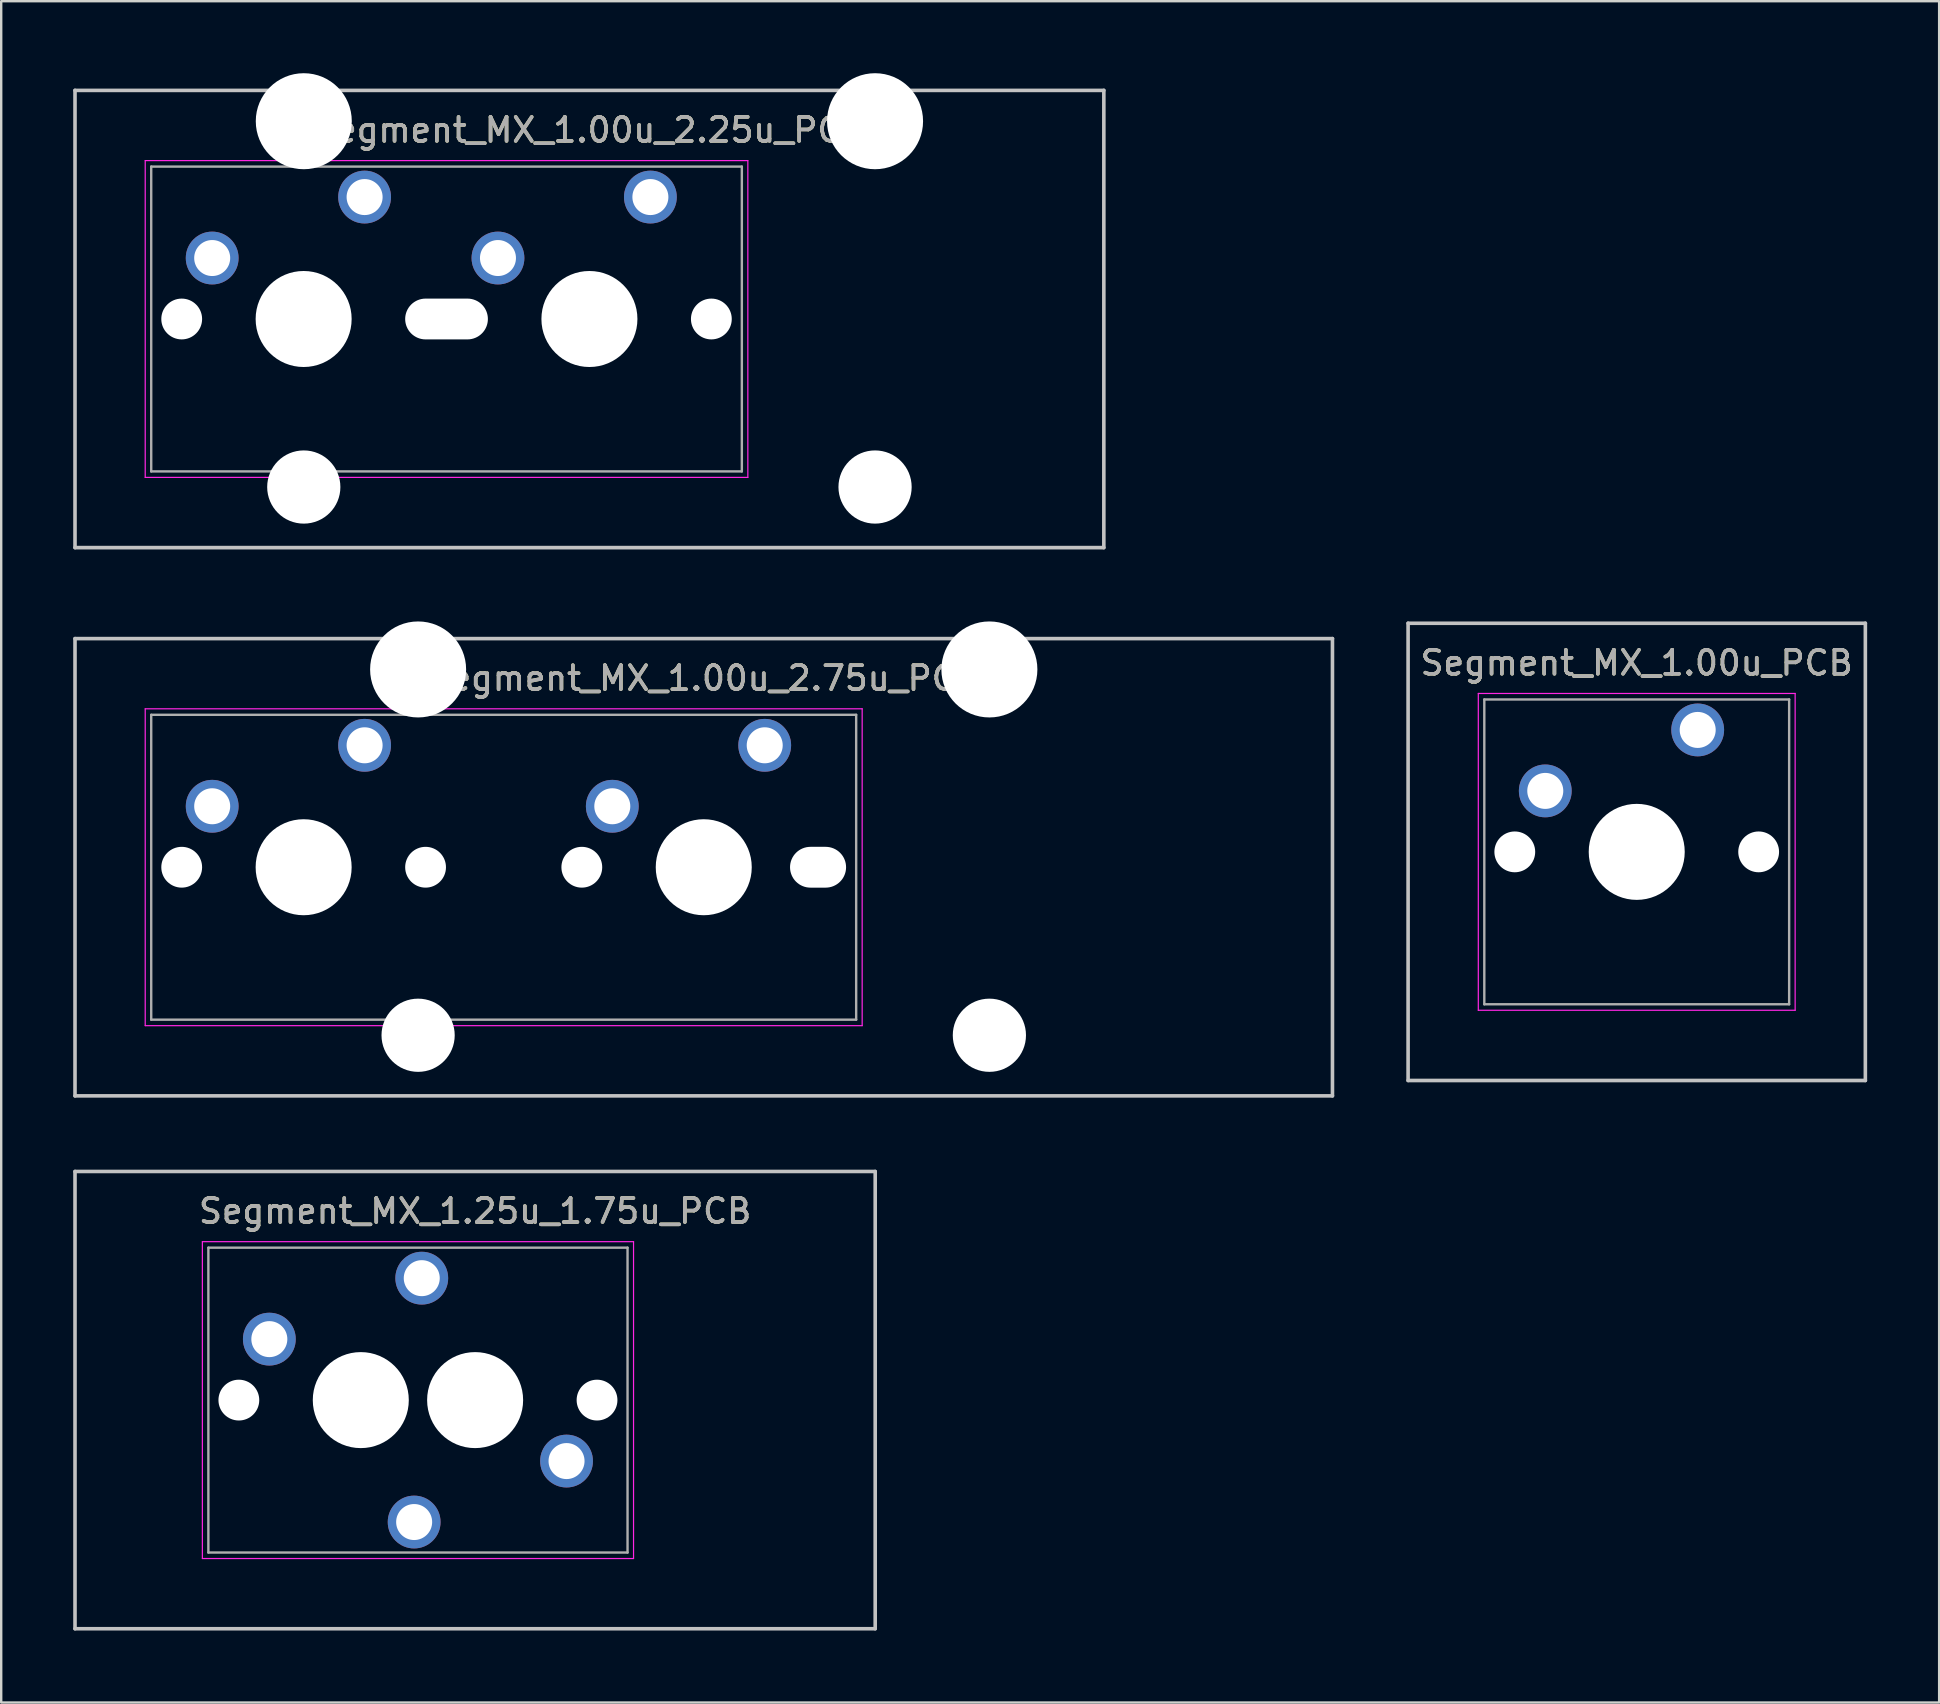
<source format=kicad_pcb>
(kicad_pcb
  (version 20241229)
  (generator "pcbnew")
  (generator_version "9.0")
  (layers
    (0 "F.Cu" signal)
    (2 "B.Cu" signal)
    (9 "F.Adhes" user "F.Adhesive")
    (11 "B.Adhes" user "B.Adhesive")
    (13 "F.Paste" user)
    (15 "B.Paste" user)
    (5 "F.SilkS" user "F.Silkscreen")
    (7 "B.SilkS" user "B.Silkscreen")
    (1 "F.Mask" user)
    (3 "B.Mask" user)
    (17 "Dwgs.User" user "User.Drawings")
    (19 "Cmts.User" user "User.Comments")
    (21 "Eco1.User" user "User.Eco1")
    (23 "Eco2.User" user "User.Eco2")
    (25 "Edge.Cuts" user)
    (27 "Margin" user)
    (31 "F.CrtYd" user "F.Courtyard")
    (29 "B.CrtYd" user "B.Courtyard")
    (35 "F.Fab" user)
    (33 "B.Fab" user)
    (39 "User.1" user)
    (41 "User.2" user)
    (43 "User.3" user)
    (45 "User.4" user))
  (footprint "Segment_MX_1.00u_2.75u_PCB"
    (layer "F.Cu")
    (at 9.6 33.08)
    (property "Reference" "Segment_MX_1.00u_2.75u_PCB" (at 16.669 -7.874 0) (layer "F.SilkS") (effects (font (size 1 1) (thickness 0.15))))
    (attr through_hole)
    (fp_line (start -9.525 -9.525) (end 42.862 -9.525) (stroke (width 0.15) (type solid)) (layer "Dwgs.User"))
    (fp_line (start -9.525 9.525) (end -9.525 -9.525) (stroke (width 0.15) (type solid)) (layer "Dwgs.User"))
    (fp_line (start 42.862 -9.525) (end 42.862 9.525) (stroke (width 0.15) (type solid)) (layer "Dwgs.User"))
    (fp_line (start 42.862 9.525) (end -9.525 9.525) (stroke (width 0.15) (type solid)) (layer "Dwgs.User"))
    (fp_line (start -6.6 -6.6) (end 23.269 -6.6) (stroke (width 0.05) (type solid)) (layer "F.CrtYd"))
    (fp_line (start -6.6 6.6) (end -6.6 -6.6) (stroke (width 0.05) (type solid)) (layer "F.CrtYd"))
    (fp_line (start 23.269 -6.6) (end 23.269 6.6) (stroke (width 0.05) (type solid)) (layer "F.CrtYd"))
    (fp_line (start 23.269 6.6) (end -6.6 6.6) (stroke (width 0.05) (type solid)) (layer "F.CrtYd"))
    (fp_line (start -6.35 -6.35) (end 23.019 -6.35) (stroke (width 0.1) (type solid)) (layer "F.Fab"))
    (fp_line (start -6.35 6.35) (end -6.35 -6.35) (stroke (width 0.1) (type solid)) (layer "F.Fab"))
    (fp_line (start 23.019 -6.35) (end 23.019 6.35) (stroke (width 0.1) (type solid)) (layer "F.Fab"))
    (fp_line (start 23.019 6.35) (end -6.35 6.35) (stroke (width 0.1) (type solid)) (layer "F.Fab"))
    (fp_text user "${REFERENCE}" (at 16.669 -7.874 0) (layer "F.Fab") (effects (font (size 1 1) (thickness 0.15))))
    (pad "" np_thru_hole circle (at -5.08 0) (size 1.7 1.7) (drill 1.7) (layers "*.Cu" "*.Mask"))
    (pad "" np_thru_hole circle (at 0 0) (size 4 4) (drill 4) (layers "*.Cu" "*.Mask"))
    (pad "" np_thru_hole circle (at 4.769 -8.24 180) (size 4 4) (drill 4) (layers "*.Cu" "*.Mask"))
    (pad "" np_thru_hole circle (at 4.769 7 180) (size 3.05 3.05) (drill 3.05) (layers "*.Cu" "*.Mask"))
    (pad "" np_thru_hole circle (at 5.08 0) (size 1.7 1.7) (drill 1.7) (layers "*.Cu" "*.Mask"))
    (pad "" np_thru_hole circle (at 11.589 0) (size 1.7 1.7) (drill 1.7) (layers "*.Cu" "*.Mask"))
    (pad "" np_thru_hole circle (at 16.669 0) (size 4 4) (drill 4) (layers "*.Cu" "*.Mask"))
    (pad "" np_thru_hole oval (at 21.431 0) (size 2.335 1.7) (drill oval 2.335 1.7) (layers "*.Cu" "*.Mask"))
    (pad "" np_thru_hole circle (at 28.569 -8.24 180) (size 4 4) (drill 4) (layers "*.Cu" "*.Mask"))
    (pad "" np_thru_hole circle (at 28.569 7 180) (size 3.05 3.05) (drill 3.05) (layers "*.Cu" "*.Mask"))
    (pad "1" thru_hole circle (at -3.81 -2.54) (size 2.2 2.2) (drill 1.5) (layers "*.Cu" "*.Mask"))
    (pad "1" thru_hole circle (at 12.859 -2.54) (size 2.2 2.2) (drill 1.5) (layers "*.Cu" "*.Mask"))
    (pad "2" thru_hole circle (at 2.54 -5.08) (size 2.2 2.2) (drill 1.5) (layers "*.Cu" "*.Mask"))
    (pad "2" thru_hole circle (at 19.209 -5.08) (size 2.2 2.2) (drill 1.5) (layers "*.Cu" "*.Mask")))
  (footprint "Segment_MX_1.25u_1.75u_PCB"
    (layer "F.Cu")
    (at 11.981 55.28)
    (property "Reference" "Segment_MX_1.25u_1.75u_PCB" (at 4.763 -7.874 0) (layer "F.SilkS") (effects (font (size 1 1) (thickness 0.15))))
    (attr through_hole)
    (fp_line (start -11.906 -9.525) (end 21.431 -9.525) (stroke (width 0.15) (type solid)) (layer "Dwgs.User"))
    (fp_line (start -11.906 9.525) (end -11.906 -9.525) (stroke (width 0.15) (type solid)) (layer "Dwgs.User"))
    (fp_line (start 21.431 -9.525) (end 21.431 9.525) (stroke (width 0.15) (type solid)) (layer "Dwgs.User"))
    (fp_line (start 21.431 9.525) (end -11.906 9.525) (stroke (width 0.15) (type solid)) (layer "Dwgs.User"))
    (fp_line (start -6.6 -6.6) (end 11.363 -6.6) (stroke (width 0.05) (type solid)) (layer "F.CrtYd"))
    (fp_line (start -6.6 6.6) (end -6.6 -6.6) (stroke (width 0.05) (type solid)) (layer "F.CrtYd"))
    (fp_line (start 11.363 -6.6) (end 11.363 6.6) (stroke (width 0.05) (type solid)) (layer "F.CrtYd"))
    (fp_line (start 11.363 6.6) (end -6.6 6.6) (stroke (width 0.05) (type solid)) (layer "F.CrtYd"))
    (fp_line (start -6.35 -6.35) (end 11.113 -6.35) (stroke (width 0.1) (type solid)) (layer "F.Fab"))
    (fp_line (start -6.35 6.35) (end -6.35 -6.35) (stroke (width 0.1) (type solid)) (layer "F.Fab"))
    (fp_line (start 11.113 -6.35) (end 11.113 6.35) (stroke (width 0.1) (type solid)) (layer "F.Fab"))
    (fp_line (start 11.113 6.35) (end -6.35 6.35) (stroke (width 0.1) (type solid)) (layer "F.Fab"))
    (fp_text user "${REFERENCE}" (at 4.763 -7.874 0) (layer "F.Fab") (effects (font (size 1 1) (thickness 0.15))))
    (pad "" np_thru_hole circle (at -5.08 0) (size 1.7 1.7) (drill 1.7) (layers "*.Cu" "*.Mask"))
    (pad "" np_thru_hole circle (at -0.318 0) (size 1.7 1.7) (drill 1.7) (layers "*.Cu" "*.Mask"))
    (pad "" np_thru_hole circle (at 0 0) (size 4 4) (drill 4) (layers "*.Cu" "*.Mask"))
    (pad "" np_thru_hole circle (at 4.763 0 180) (size 4 4) (drill 4) (layers "*.Cu" "*.Mask"))
    (pad "" np_thru_hole circle (at 5.08 0) (size 1.7 1.7) (drill 1.7) (layers "*.Cu" "*.Mask"))
    (pad "" np_thru_hole circle (at 9.842 0) (size 1.7 1.7) (drill 1.7) (layers "*.Cu" "*.Mask"))
    (pad "1" thru_hole circle (at -3.81 -2.54) (size 2.2 2.2) (drill 1.5) (layers "*.Cu" "*.Mask"))
    (pad "1" thru_hole circle (at 2.223 5.08 180) (size 2.2 2.2) (drill 1.5) (layers "*.Cu" "*.Mask"))
    (pad "2" thru_hole circle (at 2.54 -5.08) (size 2.2 2.2) (drill 1.5) (layers "*.Cu" "*.Mask"))
    (pad "2" thru_hole circle (at 8.572 2.54 180) (size 2.2 2.2) (drill 1.5) (layers "*.Cu" "*.Mask")))
  (footprint "Segment_MX_1.00u_2.25u_PCB"
    (layer "F.Cu")
    (at 9.6 10.24)
    (property "Reference" "Segment_MX_1.00u_2.25u_PCB" (at 11.906 -7.874 0) (layer "F.SilkS") (effects (font (size 1 1) (thickness 0.15))))
    (attr through_hole)
    (fp_line (start -9.525 -9.525) (end 33.337 -9.525) (stroke (width 0.15) (type solid)) (layer "Dwgs.User"))
    (fp_line (start -9.525 9.525) (end -9.525 -9.525) (stroke (width 0.15) (type solid)) (layer "Dwgs.User"))
    (fp_line (start 33.337 -9.525) (end 33.337 9.525) (stroke (width 0.15) (type solid)) (layer "Dwgs.User"))
    (fp_line (start 33.337 9.525) (end -9.525 9.525) (stroke (width 0.15) (type solid)) (layer "Dwgs.User"))
    (fp_line (start -6.6 -6.6) (end 18.506 -6.6) (stroke (width 0.05) (type solid)) (layer "F.CrtYd"))
    (fp_line (start -6.6 6.6) (end -6.6 -6.6) (stroke (width 0.05) (type solid)) (layer "F.CrtYd"))
    (fp_line (start -6.6 6.6) (end 18.506 6.6) (stroke (width 0.05) (type solid)) (layer "F.CrtYd"))
    (fp_line (start 18.506 -6.6) (end 18.506 6.6) (stroke (width 0.05) (type solid)) (layer "F.CrtYd"))
    (fp_line (start -6.35 -6.35) (end 18.256 -6.35) (stroke (width 0.1) (type solid)) (layer "F.Fab"))
    (fp_line (start -6.35 6.35) (end -6.35 -6.35) (stroke (width 0.1) (type solid)) (layer "F.Fab"))
    (fp_line (start 18.256 -6.35) (end 18.256 6.35) (stroke (width 0.1) (type solid)) (layer "F.Fab"))
    (fp_line (start 18.256 6.35) (end -6.35 6.35) (stroke (width 0.1) (type solid)) (layer "F.Fab"))
    (fp_text user "${REFERENCE}" (at 11.906 -7.874 0) (layer "F.Fab") (effects (font (size 1 1) (thickness 0.15))))
    (pad "" np_thru_hole circle (at -5.08 0) (size 1.7 1.7) (drill 1.7) (layers "*.Cu" "*.Mask"))
    (pad "" np_thru_hole circle (at 0 0) (size 4 4) (drill 4) (layers "*.Cu" "*.Mask"))
    (pad "" np_thru_hole circle (at 0.006 -8.24 180) (size 4 4) (drill 4) (layers "*.Cu" "*.Mask"))
    (pad "" np_thru_hole circle (at 0.006 7 180) (size 3.05 3.05) (drill 3.05) (layers "*.Cu" "*.Mask"))
    (pad "" np_thru_hole oval (at 5.953 0) (size 3.446 1.7) (drill oval 3.446 1.7) (layers "*.Cu" "*.Mask"))
    (pad "" np_thru_hole circle (at 11.906 0) (size 4 4) (drill 4) (layers "*.Cu" "*.Mask"))
    (pad "" np_thru_hole circle (at 16.986 0) (size 1.7 1.7) (drill 1.7) (layers "*.Cu" "*.Mask"))
    (pad "" np_thru_hole circle (at 23.806 -8.24 180) (size 4 4) (drill 4) (layers "*.Cu" "*.Mask"))
    (pad "" np_thru_hole circle (at 23.806 7 180) (size 3.05 3.05) (drill 3.05) (layers "*.Cu" "*.Mask"))
    (pad "1" thru_hole circle (at -3.81 -2.54) (size 2.2 2.2) (drill 1.5) (layers "*.Cu" "*.Mask"))
    (pad "1" thru_hole circle (at 8.096 -2.54) (size 2.2 2.2) (drill 1.5) (layers "*.Cu" "*.Mask"))
    (pad "2" thru_hole circle (at 2.54 -5.08) (size 2.2 2.2) (drill 1.5) (layers "*.Cu" "*.Mask"))
    (pad "2" thru_hole circle (at 14.446 -5.08) (size 2.2 2.2) (drill 1.5) (layers "*.Cu" "*.Mask")))
  (footprint "Segment_MX_1.00u_PCB"
    (layer "F.Cu")
    (at 65.138 32.44)
    (property "Reference" "Segment_MX_1.00u_PCB" (at 0 -7.874 0) (layer "F.SilkS") (effects (font (size 1 1) (thickness 0.15))))
    (attr through_hole)
    (fp_line (start -9.525 -9.525) (end 9.525 -9.525) (stroke (width 0.15) (type solid)) (layer "Dwgs.User"))
    (fp_line (start -9.525 9.525) (end -9.525 -9.525) (stroke (width 0.15) (type solid)) (layer "Dwgs.User"))
    (fp_line (start 9.525 -9.525) (end 9.525 9.525) (stroke (width 0.15) (type solid)) (layer "Dwgs.User"))
    (fp_line (start 9.525 9.525) (end -9.525 9.525) (stroke (width 0.15) (type solid)) (layer "Dwgs.User"))
    (fp_line (start -6.6 -6.6) (end 6.6 -6.6) (stroke (width 0.05) (type solid)) (layer "F.CrtYd"))
    (fp_line (start -6.6 6.6) (end -6.6 -6.6) (stroke (width 0.05) (type solid)) (layer "F.CrtYd"))
    (fp_line (start 6.6 -6.6) (end 6.6 6.6) (stroke (width 0.05) (type solid)) (layer "F.CrtYd"))
    (fp_line (start 6.6 6.6) (end -6.6 6.6) (stroke (width 0.05) (type solid)) (layer "F.CrtYd"))
    (fp_line (start -6.35 -6.35) (end 6.35 -6.35) (stroke (width 0.1) (type solid)) (layer "F.Fab"))
    (fp_line (start -6.35 6.35) (end -6.35 -6.35) (stroke (width 0.1) (type solid)) (layer "F.Fab"))
    (fp_line (start 6.35 -6.35) (end 6.35 6.35) (stroke (width 0.1) (type solid)) (layer "F.Fab"))
    (fp_line (start 6.35 6.35) (end -6.35 6.35) (stroke (width 0.1) (type solid)) (layer "F.Fab"))
    (fp_text user "${REFERENCE}" (at 0 -7.874 0) (layer "F.Fab") (effects (font (size 1 1) (thickness 0.15))))
    (pad "" np_thru_hole circle (at -5.08 0) (size 1.7 1.7) (drill 1.7) (layers "*.Cu" "*.Mask"))
    (pad "" np_thru_hole circle (at 0 0) (size 4 4) (drill 4) (layers "*.Cu" "*.Mask"))
    (pad "" np_thru_hole circle (at 5.08 0) (size 1.7 1.7) (drill 1.7) (layers "*.Cu" "*.Mask"))
    (pad "1" thru_hole circle (at -3.81 -2.54) (size 2.2 2.2) (drill 1.5) (layers "*.Cu" "*.Mask"))
    (pad "2" thru_hole circle (at 2.54 -5.08) (size 2.2 2.2) (drill 1.5) (layers "*.Cu" "*.Mask")))
  (gr_rect
    (start -3 -3)
    (end 77.737 67.88)
    (stroke (width 0.1) (type default))
    (fill no)
    (layer "Edge.Cuts")))
</source>
